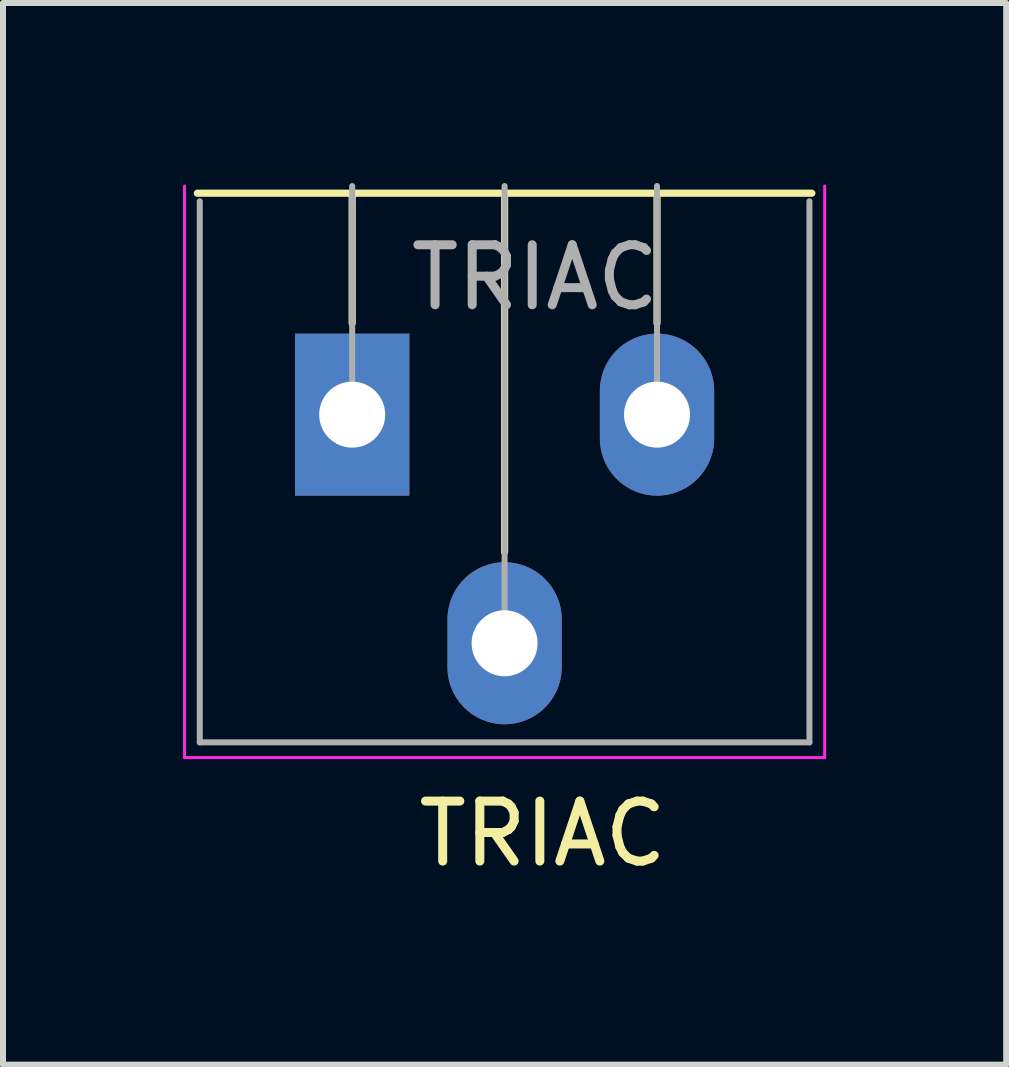
<source format=kicad_pcb>
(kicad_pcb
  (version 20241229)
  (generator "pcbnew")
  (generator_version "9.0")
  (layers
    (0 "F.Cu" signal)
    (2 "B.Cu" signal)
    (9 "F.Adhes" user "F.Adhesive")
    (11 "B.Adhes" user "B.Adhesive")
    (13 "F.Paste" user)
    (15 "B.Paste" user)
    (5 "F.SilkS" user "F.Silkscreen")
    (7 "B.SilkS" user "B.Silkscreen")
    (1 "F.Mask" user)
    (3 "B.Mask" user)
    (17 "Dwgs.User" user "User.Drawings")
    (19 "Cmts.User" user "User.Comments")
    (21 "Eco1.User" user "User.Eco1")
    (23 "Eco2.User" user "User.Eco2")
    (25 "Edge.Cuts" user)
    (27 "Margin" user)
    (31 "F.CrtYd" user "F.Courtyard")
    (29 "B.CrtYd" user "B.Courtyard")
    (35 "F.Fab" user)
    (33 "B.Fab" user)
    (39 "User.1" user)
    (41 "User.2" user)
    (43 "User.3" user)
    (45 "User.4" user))
  (footprint "TRIAC"
    (layer "F.Cu")
    (at 2.819 3.86)
    (property "Reference" "TRIAC" (at 3.175 6.985 0) (layer "F.SilkS") (effects (font (size 1 1) (thickness 0.15))))
    (attr through_hole)
    (fp_line (start -2.58 -3.69) (end 7.66 -3.69) (stroke (width 0.12) (type solid)) (layer "F.SilkS"))
    (fp_line (start 0 -3.69) (end 0 -1.524) (stroke (width 0.12) (type solid)) (layer "F.SilkS"))
    (fp_line (start 2.54 -3.69) (end 2.54 2.286) (stroke (width 0.12) (type solid)) (layer "F.SilkS"))
    (fp_line (start 5.08 -3.69) (end 5.08 -1.524) (stroke (width 0.12) (type solid)) (layer "F.SilkS"))
    (fp_line (start -2.794 -3.81) (end -2.794 5.715) (stroke (width 0.05) (type solid)) (layer "F.CrtYd"))
    (fp_line (start -2.794 5.715) (end 7.874 5.715) (stroke (width 0.05) (type solid)) (layer "F.CrtYd"))
    (fp_line (start 7.874 5.715) (end 7.874 -3.81) (stroke (width 0.05) (type solid)) (layer "F.CrtYd"))
    (fp_line (start -2.54 5.461) (end -2.54 -3.556) (stroke (width 0.1) (type solid)) (layer "F.Fab"))
    (fp_line (start 0 -3.81) (end 0 0) (stroke (width 0.1) (type solid)) (layer "F.Fab"))
    (fp_line (start 2.54 -3.81) (end 2.54 3.81) (stroke (width 0.1) (type solid)) (layer "F.Fab"))
    (fp_line (start 5.08 -3.81) (end 5.08 0) (stroke (width 0.1) (type solid)) (layer "F.Fab"))
    (fp_line (start 7.62 -3.556) (end 7.62 5.461) (stroke (width 0.1) (type solid)) (layer "F.Fab"))
    (fp_line (start 7.62 5.461) (end -2.54 5.461) (stroke (width 0.1) (type solid)) (layer "F.Fab"))
    (fp_text user "${REFERENCE}" (at 3.048 -2.286 0) (layer "F.Fab") (effects (font (size 1 1) (thickness 0.15))))
    (pad "1" thru_hole trapezoid (at 0 0) (size 1.905 2.7) (drill 1.1) (layers "*.Cu" "*.Mask"))
    (pad "2" thru_hole oval (at 2.54 3.81) (size 1.905 2.7) (drill 1.1) (layers "*.Cu" "*.Mask"))
    (pad "3" thru_hole oval (at 5.08 0) (size 1.905 2.7) (drill 1.1) (layers "*.Cu" "*.Mask")))
  (gr_rect
    (start -3 -3)
    (end 13.718 14.693)
    (stroke (width 0.1) (type default))
    (fill no)
    (layer "Edge.Cuts")))
</source>
